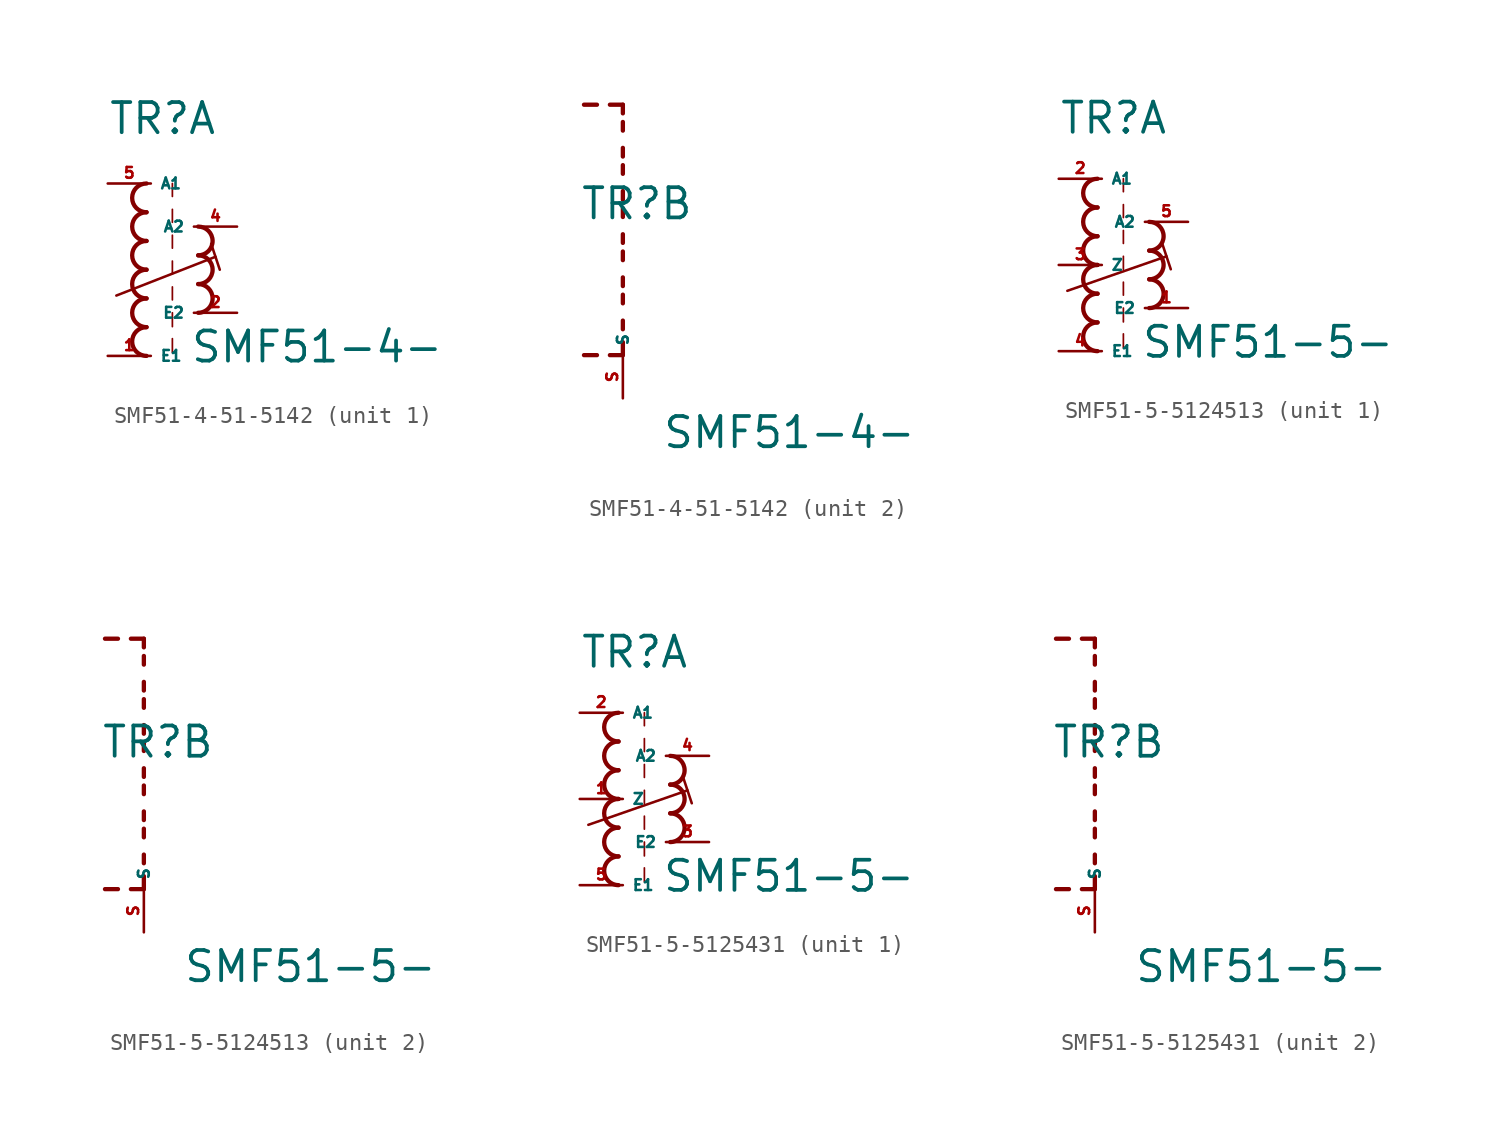
<source format=kicad_sym>
(kicad_symbol_lib
  (version 20220914)
  (generator kicad_symbol_editor)
  (symbol "SMF51-4-51-5142"
    (property "Reference" "TR"
      (at -2.54 7.874 0)
      (effects (font (size 1.778 1.778) (thickness 0.22)) (justify left bottom)))
    (property "Value" "SMF51-4-"
      (at 2.286 -5.588 0)
      (effects (font (size 1.778 1.778) (thickness 0.22)) (justify left bottom)))
    (symbol "SMF51-4-51-5142_1_0"
      (arc (start -0.254 -3.3866) (mid -1.1004 -4.2333) (end -0.254 -5.08) (stroke (width 0.254) (type default)) (fill (type none)))
      (arc (start -0.254 -1.6932) (mid -1.1004 -2.5399) (end -0.254 -3.3866) (stroke (width 0.254) (type default)) (fill (type none)))
      (arc (start -0.254 0) (mid -1.1004 -0.8467) (end -0.254 -1.6934) (stroke (width 0.254) (type default)) (fill (type none)))
      (arc (start -0.254 1.6934) (mid -1.1004 0.8467) (end -0.254 0) (stroke (width 0.254) (type default)) (fill (type none)))
      (arc (start -0.254 3.3866) (mid -1.1002 2.54) (end -0.254 1.6934) (stroke (width 0.254) (type default)) (fill (type none)))
      (arc (start -0.254 5.08) (mid -1.1004 4.2333) (end -0.254 3.3866) (stroke (width 0.254) (type default)) (fill (type none)))
      (polyline (pts (xy -2.032 -1.524) (xy 3.81 0.762)) (stroke (width 0.152) (type default)) (fill (type none)))
      (polyline (pts (xy 1.27 -4.064) (xy 1.27 -4.88)) (stroke (width 0.102) (type default)) (fill (type none)))
      (polyline (pts (xy 1.27 -2.54) (xy 1.27 -3.356)) (stroke (width 0.102) (type default)) (fill (type none)))
      (polyline (pts (xy 1.27 -1.016) (xy 1.27 -1.778)) (stroke (width 0.102) (type default)) (fill (type none)))
      (polyline (pts (xy 1.27 0.508) (xy 1.27 -0.254)) (stroke (width 0.102) (type default)) (fill (type none)))
      (polyline (pts (xy 1.27 2.032) (xy 1.27 1.27)) (stroke (width 0.102) (type default)) (fill (type none)))
      (polyline (pts (xy 1.27 3.556) (xy 1.27 2.794)) (stroke (width 0.102) (type default)) (fill (type none)))
      (polyline (pts (xy 1.27 5.08) (xy 1.27 4.318)) (stroke (width 0.102) (type default)) (fill (type none)))
      (polyline (pts (xy 3.556 1.524) (xy 4.064 0)) (stroke (width 0.152) (type default)) (fill (type none)))
      (arc (start 2.794 -2.54) (mid 3.6404 -1.6933) (end 2.794 -0.8466) (stroke (width 0.254) (type default)) (fill (type none)))
      (arc (start 2.794 -0.8466) (mid 3.6402 0) (end 2.794 0.8466) (stroke (width 0.254) (type default)) (fill (type none)))
      (arc (start 2.794 0.8466) (mid 3.6404 1.6933) (end 2.794 2.54) (stroke (width 0.254) (type default)) (fill (type none)))
      (pin passive line (at -2.54 -5.08 0) (length 2.54) (name "E1" (effects (font (size 0.635 0.635)))) (number "1" (effects (font (size 0.635 0.635)))))
      (pin passive line (at 5.08 -2.54 180) (length 2.54) (name "E2" (effects (font (size 0.635 0.635)))) (number "2" (effects (font (size 0.635 0.635)))))
      (pin passive line (at 5.08 2.54 180) (length 2.54) (name "A2" (effects (font (size 0.635 0.635)))) (number "4" (effects (font (size 0.635 0.635)))))
      (pin passive line (at -2.54 5.08 0) (length 2.54) (name "A1" (effects (font (size 0.635 0.635)))) (number "5" (effects (font (size 0.635 0.635))))))
    (symbol "SMF51-4-51-5142_2_0"
      (polyline (pts (xy -1.524 0) (xy -2.286 0)) (stroke (width 0.254) (type default)) (fill (type none)))
      (polyline (pts (xy -1.524 14.732) (xy -2.286 14.732)) (stroke (width 0.254) (type default)) (fill (type none)))
      (polyline (pts (xy 0 0) (xy -0.762 0)) (stroke (width 0.254) (type default)) (fill (type none)))
      (polyline (pts (xy 0 0) (xy 0 0.762)) (stroke (width 0.254) (type default)) (fill (type none)))
      (polyline (pts (xy 0 1.524) (xy 0 2.032)) (stroke (width 0.254) (type default)) (fill (type none)))
      (polyline (pts (xy 0 3.048) (xy 0 3.556)) (stroke (width 0.254) (type default)) (fill (type none)))
      (polyline (pts (xy 0 4.064) (xy 0 4.572)) (stroke (width 0.254) (type default)) (fill (type none)))
      (polyline (pts (xy 0 5.588) (xy 0 6.096)) (stroke (width 0.254) (type default)) (fill (type none)))
      (polyline (pts (xy 0 6.604) (xy 0 7.112)) (stroke (width 0.254) (type default)) (fill (type none)))
      (polyline (pts (xy 0 8.128) (xy 0 8.636)) (stroke (width 0.254) (type default)) (fill (type none)))
      (polyline (pts (xy 0 9.144) (xy 0 9.652)) (stroke (width 0.254) (type default)) (fill (type none)))
      (polyline (pts (xy 0 10.668) (xy 0 11.176)) (stroke (width 0.254) (type default)) (fill (type none)))
      (polyline (pts (xy 0 11.684) (xy 0 12.192)) (stroke (width 0.254) (type default)) (fill (type none)))
      (polyline (pts (xy 0 13.208) (xy 0 13.716)) (stroke (width 0.254) (type default)) (fill (type none)))
      (polyline (pts (xy 0 14.224) (xy 0 14.732)) (stroke (width 0.254) (type default)) (fill (type none)))
      (polyline (pts (xy 0 14.732) (xy -0.762 14.732)) (stroke (width 0.254) (type default)) (fill (type none)))
      (pin passive line (at 0 -2.54 90) (length 2.54) (name "S" (effects (font (size 0.635 0.635)))) (number "S" (effects (font (size 0.635 0.635)))))))
  (symbol "SMF51-5-5124513"
    (property "Reference" "TR"
      (at -2.54 7.62 0)
      (effects (font (size 1.778 1.778) (thickness 0.22)) (justify left bottom)))
    (property "Value" "SMF51-5-"
      (at 2.286 -5.588 0)
      (effects (font (size 1.778 1.778) (thickness 0.22)) (justify left bottom)))
    (symbol "SMF51-5-5124513_1_0"
      (arc (start -0.254 -3.3866) (mid -1.1004 -4.2333) (end -0.254 -5.08) (stroke (width 0.254) (type default)) (fill (type none)))
      (arc (start -0.254 -1.6932) (mid -1.1004 -2.5399) (end -0.254 -3.3866) (stroke (width 0.254) (type default)) (fill (type none)))
      (arc (start -0.254 0) (mid -1.1004 -0.8467) (end -0.254 -1.6934) (stroke (width 0.254) (type default)) (fill (type none)))
      (arc (start -0.254 1.6934) (mid -1.1004 0.8467) (end -0.254 0) (stroke (width 0.254) (type default)) (fill (type none)))
      (arc (start -0.254 3.3866) (mid -1.1002 2.54) (end -0.254 1.6934) (stroke (width 0.254) (type default)) (fill (type none)))
      (arc (start -0.254 5.08) (mid -1.1004 4.2333) (end -0.254 3.3866) (stroke (width 0.254) (type default)) (fill (type none)))
      (polyline (pts (xy -2.032 -1.524) (xy 3.81 0.508)) (stroke (width 0.152) (type default)) (fill (type none)))
      (polyline (pts (xy 1.27 -4.064) (xy 1.27 -4.88)) (stroke (width 0.102) (type default)) (fill (type none)))
      (polyline (pts (xy 1.27 -2.54) (xy 1.27 -3.356)) (stroke (width 0.102) (type default)) (fill (type none)))
      (polyline (pts (xy 1.27 -1.016) (xy 1.27 -1.778)) (stroke (width 0.102) (type default)) (fill (type none)))
      (polyline (pts (xy 1.27 0.508) (xy 1.27 -0.254)) (stroke (width 0.102) (type default)) (fill (type none)))
      (polyline (pts (xy 1.27 2.032) (xy 1.27 1.27)) (stroke (width 0.102) (type default)) (fill (type none)))
      (polyline (pts (xy 1.27 3.556) (xy 1.27 2.794)) (stroke (width 0.102) (type default)) (fill (type none)))
      (polyline (pts (xy 1.27 5.08) (xy 1.27 4.318)) (stroke (width 0.102) (type default)) (fill (type none)))
      (polyline (pts (xy 3.556 1.27) (xy 4.064 -0.254)) (stroke (width 0.152) (type default)) (fill (type none)))
      (arc (start 2.794 -2.54) (mid 3.6404 -1.6933) (end 2.794 -0.8466) (stroke (width 0.254) (type default)) (fill (type none)))
      (arc (start 2.794 -0.8466) (mid 3.6402 0) (end 2.794 0.8466) (stroke (width 0.254) (type default)) (fill (type none)))
      (arc (start 2.794 0.8466) (mid 3.6404 1.6933) (end 2.794 2.54) (stroke (width 0.254) (type default)) (fill (type none)))
      (pin passive line (at 5.08 -2.54 180) (length 2.54) (name "E2" (effects (font (size 0.635 0.635)))) (number "1" (effects (font (size 0.635 0.635)))))
      (pin passive line (at -2.54 5.08 0) (length 2.54) (name "A1" (effects (font (size 0.635 0.635)))) (number "2" (effects (font (size 0.635 0.635)))))
      (pin passive line (at -2.54 0 0) (length 2.54) (name "Z" (effects (font (size 0.635 0.635)))) (number "3" (effects (font (size 0.635 0.635)))))
      (pin passive line (at -2.54 -5.08 0) (length 2.54) (name "E1" (effects (font (size 0.635 0.635)))) (number "4" (effects (font (size 0.635 0.635)))))
      (pin passive line (at 5.08 2.54 180) (length 2.54) (name "A2" (effects (font (size 0.635 0.635)))) (number "5" (effects (font (size 0.635 0.635))))))
    (symbol "SMF51-5-5124513_2_0"
      (polyline (pts (xy -1.524 0) (xy -2.286 0)) (stroke (width 0.254) (type default)) (fill (type none)))
      (polyline (pts (xy -1.524 14.732) (xy -2.286 14.732)) (stroke (width 0.254) (type default)) (fill (type none)))
      (polyline (pts (xy 0 0) (xy -0.762 0)) (stroke (width 0.254) (type default)) (fill (type none)))
      (polyline (pts (xy 0 0) (xy 0 0.762)) (stroke (width 0.254) (type default)) (fill (type none)))
      (polyline (pts (xy 0 1.524) (xy 0 2.032)) (stroke (width 0.254) (type default)) (fill (type none)))
      (polyline (pts (xy 0 3.048) (xy 0 3.556)) (stroke (width 0.254) (type default)) (fill (type none)))
      (polyline (pts (xy 0 4.064) (xy 0 4.572)) (stroke (width 0.254) (type default)) (fill (type none)))
      (polyline (pts (xy 0 5.588) (xy 0 6.096)) (stroke (width 0.254) (type default)) (fill (type none)))
      (polyline (pts (xy 0 6.604) (xy 0 7.112)) (stroke (width 0.254) (type default)) (fill (type none)))
      (polyline (pts (xy 0 8.128) (xy 0 8.636)) (stroke (width 0.254) (type default)) (fill (type none)))
      (polyline (pts (xy 0 9.144) (xy 0 9.652)) (stroke (width 0.254) (type default)) (fill (type none)))
      (polyline (pts (xy 0 10.668) (xy 0 11.176)) (stroke (width 0.254) (type default)) (fill (type none)))
      (polyline (pts (xy 0 11.684) (xy 0 12.192)) (stroke (width 0.254) (type default)) (fill (type none)))
      (polyline (pts (xy 0 13.208) (xy 0 13.716)) (stroke (width 0.254) (type default)) (fill (type none)))
      (polyline (pts (xy 0 14.224) (xy 0 14.732)) (stroke (width 0.254) (type default)) (fill (type none)))
      (polyline (pts (xy 0 14.732) (xy -0.762 14.732)) (stroke (width 0.254) (type default)) (fill (type none)))
      (pin passive line (at 0 -2.54 90) (length 2.54) (name "S" (effects (font (size 0.635 0.635)))) (number "S" (effects (font (size 0.635 0.635)))))))
  (symbol "SMF51-5-5125431"
    (property "Reference" "TR"
      (at -2.54 7.62 0)
      (effects (font (size 1.778 1.778) (thickness 0.22)) (justify left bottom)))
    (property "Value" "SMF51-5-"
      (at 2.286 -5.588 0)
      (effects (font (size 1.778 1.778) (thickness 0.22)) (justify left bottom)))
    (symbol "SMF51-5-5125431_1_0"
      (arc (start -0.254 -3.3866) (mid -1.1004 -4.2333) (end -0.254 -5.08) (stroke (width 0.254) (type default)) (fill (type none)))
      (arc (start -0.254 -1.6932) (mid -1.1004 -2.5399) (end -0.254 -3.3866) (stroke (width 0.254) (type default)) (fill (type none)))
      (arc (start -0.254 0) (mid -1.1004 -0.8467) (end -0.254 -1.6934) (stroke (width 0.254) (type default)) (fill (type none)))
      (arc (start -0.254 1.6934) (mid -1.1004 0.8467) (end -0.254 0) (stroke (width 0.254) (type default)) (fill (type none)))
      (arc (start -0.254 3.3866) (mid -1.1002 2.54) (end -0.254 1.6934) (stroke (width 0.254) (type default)) (fill (type none)))
      (arc (start -0.254 5.08) (mid -1.1004 4.2333) (end -0.254 3.3866) (stroke (width 0.254) (type default)) (fill (type none)))
      (polyline (pts (xy -2.032 -1.524) (xy 3.81 0.508)) (stroke (width 0.152) (type default)) (fill (type none)))
      (polyline (pts (xy 1.27 -4.064) (xy 1.27 -4.88)) (stroke (width 0.102) (type default)) (fill (type none)))
      (polyline (pts (xy 1.27 -2.54) (xy 1.27 -3.356)) (stroke (width 0.102) (type default)) (fill (type none)))
      (polyline (pts (xy 1.27 -1.016) (xy 1.27 -1.778)) (stroke (width 0.102) (type default)) (fill (type none)))
      (polyline (pts (xy 1.27 0.508) (xy 1.27 -0.254)) (stroke (width 0.102) (type default)) (fill (type none)))
      (polyline (pts (xy 1.27 2.032) (xy 1.27 1.27)) (stroke (width 0.102) (type default)) (fill (type none)))
      (polyline (pts (xy 1.27 3.556) (xy 1.27 2.794)) (stroke (width 0.102) (type default)) (fill (type none)))
      (polyline (pts (xy 1.27 5.08) (xy 1.27 4.318)) (stroke (width 0.102) (type default)) (fill (type none)))
      (polyline (pts (xy 3.556 1.27) (xy 4.064 -0.254)) (stroke (width 0.152) (type default)) (fill (type none)))
      (arc (start 2.794 -2.54) (mid 3.6404 -1.6933) (end 2.794 -0.8466) (stroke (width 0.254) (type default)) (fill (type none)))
      (arc (start 2.794 -0.8466) (mid 3.6402 0) (end 2.794 0.8466) (stroke (width 0.254) (type default)) (fill (type none)))
      (arc (start 2.794 0.8466) (mid 3.6404 1.6933) (end 2.794 2.54) (stroke (width 0.254) (type default)) (fill (type none)))
      (pin passive line (at -2.54 0 0) (length 2.54) (name "Z" (effects (font (size 0.635 0.635)))) (number "1" (effects (font (size 0.635 0.635)))))
      (pin passive line (at -2.54 5.08 0) (length 2.54) (name "A1" (effects (font (size 0.635 0.635)))) (number "2" (effects (font (size 0.635 0.635)))))
      (pin passive line (at 5.08 -2.54 180) (length 2.54) (name "E2" (effects (font (size 0.635 0.635)))) (number "3" (effects (font (size 0.635 0.635)))))
      (pin passive line (at 5.08 2.54 180) (length 2.54) (name "A2" (effects (font (size 0.635 0.635)))) (number "4" (effects (font (size 0.635 0.635)))))
      (pin passive line (at -2.54 -5.08 0) (length 2.54) (name "E1" (effects (font (size 0.635 0.635)))) (number "5" (effects (font (size 0.635 0.635))))))
    (symbol "SMF51-5-5125431_2_0"
      (polyline (pts (xy -1.524 0) (xy -2.286 0)) (stroke (width 0.254) (type default)) (fill (type none)))
      (polyline (pts (xy -1.524 14.732) (xy -2.286 14.732)) (stroke (width 0.254) (type default)) (fill (type none)))
      (polyline (pts (xy 0 0) (xy -0.762 0)) (stroke (width 0.254) (type default)) (fill (type none)))
      (polyline (pts (xy 0 0) (xy 0 0.762)) (stroke (width 0.254) (type default)) (fill (type none)))
      (polyline (pts (xy 0 1.524) (xy 0 2.032)) (stroke (width 0.254) (type default)) (fill (type none)))
      (polyline (pts (xy 0 3.048) (xy 0 3.556)) (stroke (width 0.254) (type default)) (fill (type none)))
      (polyline (pts (xy 0 4.064) (xy 0 4.572)) (stroke (width 0.254) (type default)) (fill (type none)))
      (polyline (pts (xy 0 5.588) (xy 0 6.096)) (stroke (width 0.254) (type default)) (fill (type none)))
      (polyline (pts (xy 0 6.604) (xy 0 7.112)) (stroke (width 0.254) (type default)) (fill (type none)))
      (polyline (pts (xy 0 8.128) (xy 0 8.636)) (stroke (width 0.254) (type default)) (fill (type none)))
      (polyline (pts (xy 0 9.144) (xy 0 9.652)) (stroke (width 0.254) (type default)) (fill (type none)))
      (polyline (pts (xy 0 10.668) (xy 0 11.176)) (stroke (width 0.254) (type default)) (fill (type none)))
      (polyline (pts (xy 0 11.684) (xy 0 12.192)) (stroke (width 0.254) (type default)) (fill (type none)))
      (polyline (pts (xy 0 13.208) (xy 0 13.716)) (stroke (width 0.254) (type default)) (fill (type none)))
      (polyline (pts (xy 0 14.224) (xy 0 14.732)) (stroke (width 0.254) (type default)) (fill (type none)))
      (polyline (pts (xy 0 14.732) (xy -0.762 14.732)) (stroke (width 0.254) (type default)) (fill (type none)))
      (pin passive line (at 0 -2.54 90) (length 2.54) (name "S" (effects (font (size 0.635 0.635)))) (number "S" (effects (font (size 0.635 0.635))))))))
</source>
